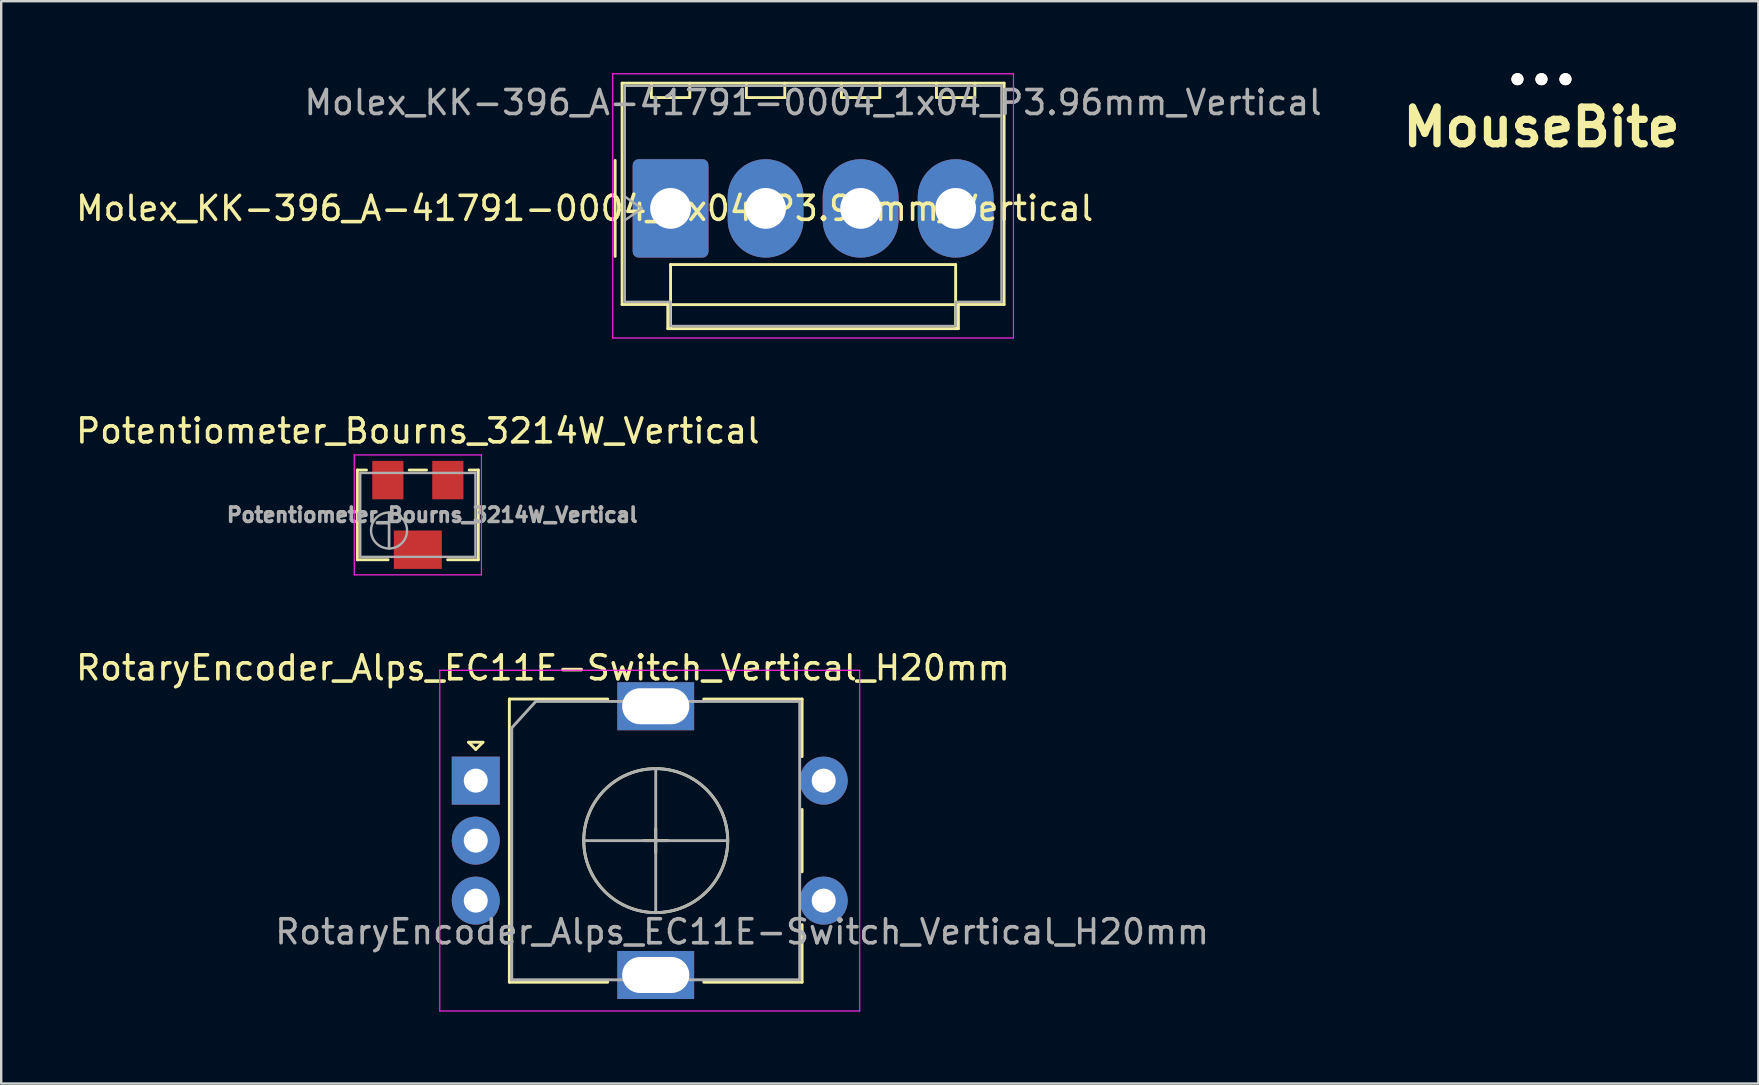
<source format=kicad_pcb>
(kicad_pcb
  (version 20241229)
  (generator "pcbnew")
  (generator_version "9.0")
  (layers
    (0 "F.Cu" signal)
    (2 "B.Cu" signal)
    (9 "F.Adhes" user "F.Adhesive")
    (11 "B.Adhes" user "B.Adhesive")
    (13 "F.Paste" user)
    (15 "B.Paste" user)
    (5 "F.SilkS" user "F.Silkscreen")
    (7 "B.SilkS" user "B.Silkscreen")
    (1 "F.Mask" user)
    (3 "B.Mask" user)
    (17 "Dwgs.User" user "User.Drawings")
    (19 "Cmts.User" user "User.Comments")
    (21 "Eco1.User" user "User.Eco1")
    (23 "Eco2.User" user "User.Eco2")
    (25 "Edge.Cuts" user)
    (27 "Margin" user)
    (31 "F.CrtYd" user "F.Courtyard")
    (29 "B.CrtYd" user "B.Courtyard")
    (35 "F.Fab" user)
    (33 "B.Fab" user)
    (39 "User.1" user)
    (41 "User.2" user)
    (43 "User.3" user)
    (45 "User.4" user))
  (footprint "MouseBite"
    (layer "F.Cu")
    (at 61.189 0.25)
    (property "Reference" "MouseBite" (at 0 2 0) (layer "F.SilkS") (effects (font (size 1.524 1.524) (thickness 0.305))))
    (attr through_hole)
    (pad "1" thru_hole circle (at -1 0) (size 0.5 0.5) (drill 0.5) (layers "*.Cu" "*.Mask" "F.SilkS"))
    (pad "2" thru_hole circle (at 0 0) (size 0.5 0.5) (drill 0.5) (layers "*.Cu" "*.Mask" "F.SilkS"))
    (pad "3" thru_hole circle (at 1 0) (size 0.5 0.5) (drill 0.5) (layers "*.Cu" "*.Mask" "F.SilkS")))
  (footprint "RotaryEncoder_Alps_EC11E-Switch_Vertical_H20mm"
    (layer "F.Cu")
    (at 24.277 31.982)
    (property "Reference" "RotaryEncoder_Alps_EC11E-Switch_Vertical_H20mm" (at -4.7 -7.2 0) (layer "F.SilkS") (effects (font (size 1 1) (thickness 0.15))))
    (attr through_hole)
    (fp_line (start -7.8 -4.1) (end -7.2 -4.1) (stroke (width 0.12) (type solid)) (layer "F.SilkS"))
    (fp_line (start -7.5 -3.8) (end -7.8 -4.1) (stroke (width 0.12) (type solid)) (layer "F.SilkS"))
    (fp_line (start -7.2 -4.1) (end -7.5 -3.8) (stroke (width 0.12) (type solid)) (layer "F.SilkS"))
    (fp_line (start -6.1 -5.9) (end -6.1 5.9) (stroke (width 0.12) (type solid)) (layer "F.SilkS"))
    (fp_line (start -2 -5.9) (end -6.1 -5.9) (stroke (width 0.12) (type solid)) (layer "F.SilkS"))
    (fp_line (start -2 5.9) (end -6.1 5.9) (stroke (width 0.12) (type solid)) (layer "F.SilkS"))
    (fp_line (start -0.5 0) (end 0.5 0) (stroke (width 0.12) (type solid)) (layer "F.SilkS"))
    (fp_line (start 0 -0.5) (end 0 0.5) (stroke (width 0.12) (type solid)) (layer "F.SilkS"))
    (fp_line (start 2 -5.9) (end 6.1 -5.9) (stroke (width 0.12) (type solid)) (layer "F.SilkS"))
    (fp_line (start 6.1 -5.9) (end 6.1 -3.5) (stroke (width 0.12) (type solid)) (layer "F.SilkS"))
    (fp_line (start 6.1 -1.3) (end 6.1 1.3) (stroke (width 0.12) (type solid)) (layer "F.SilkS"))
    (fp_line (start 6.1 3.5) (end 6.1 5.9) (stroke (width 0.12) (type solid)) (layer "F.SilkS"))
    (fp_line (start 6.1 5.9) (end 2 5.9) (stroke (width 0.12) (type solid)) (layer "F.SilkS"))
    (fp_circle (center 0 0) (end 3 0) (stroke (width 0.12) (type solid)) (fill no) (layer "F.SilkS"))
    (fp_line (start -9 -7.1) (end -9 7.1) (stroke (width 0.05) (type solid)) (layer "F.CrtYd"))
    (fp_line (start -9 -7.1) (end 8.5 -7.1) (stroke (width 0.05) (type solid)) (layer "F.CrtYd"))
    (fp_line (start 8.5 7.1) (end -9 7.1) (stroke (width 0.05) (type solid)) (layer "F.CrtYd"))
    (fp_line (start 8.5 7.1) (end 8.5 -7.1) (stroke (width 0.05) (type solid)) (layer "F.CrtYd"))
    (fp_line (start -6 -4.7) (end -5 -5.8) (stroke (width 0.12) (type solid)) (layer "F.Fab"))
    (fp_line (start -6 5.8) (end -6 -4.7) (stroke (width 0.12) (type solid)) (layer "F.Fab"))
    (fp_line (start -5 -5.8) (end 6 -5.8) (stroke (width 0.12) (type solid)) (layer "F.Fab"))
    (fp_line (start -3 0) (end 3 0) (stroke (width 0.12) (type solid)) (layer "F.Fab"))
    (fp_line (start 0 -3) (end 0 3) (stroke (width 0.12) (type solid)) (layer "F.Fab"))
    (fp_line (start 6 -5.8) (end 6 5.8) (stroke (width 0.12) (type solid)) (layer "F.Fab"))
    (fp_line (start 6 5.8) (end -6 5.8) (stroke (width 0.12) (type solid)) (layer "F.Fab"))
    (fp_circle (center 0 0) (end 3 0) (stroke (width 0.12) (type solid)) (fill no) (layer "F.Fab"))
    (fp_text user "${REFERENCE}" (at 3.6 3.8 0) (layer "F.Fab") (effects (font (size 1 1) (thickness 0.15))))
    (pad "A" thru_hole rect (at -7.5 -2.5) (size 2 2) (drill 1) (layers "*.Cu" "*.Mask"))
    (pad "B" thru_hole circle (at -7.5 2.5) (size 2 2) (drill 1) (layers "*.Cu" "*.Mask"))
    (pad "C" thru_hole circle (at -7.5 0) (size 2 2) (drill 1) (layers "*.Cu" "*.Mask"))
    (pad "MP" thru_hole rect (at 0 -5.6) (size 3.2 2) (drill oval 2.8 1.5) (layers "*.Cu" "*.Mask"))
    (pad "MP" thru_hole rect (at 0 5.6) (size 3.2 2) (drill oval 2.8 1.5) (layers "*.Cu" "*.Mask"))
    (pad "S1" thru_hole circle (at 7 2.5) (size 2 2) (drill 1) (layers "*.Cu" "*.Mask"))
    (pad "S2" thru_hole circle (at 7 -2.5) (size 2 2) (drill 1) (layers "*.Cu" "*.Mask")))
  (footprint "Potentiometer_Bourns_3214W_Vertical"
    (layer "F.Cu")
    (at 14.363 18.408)
    (property "Reference" "Potentiometer_Bourns_3214W_Vertical" (at 0 -3.5 0) (layer "F.SilkS") (effects (font (size 1 1) (thickness 0.15))))
    (attr smd)
    (fp_line (start -2.52 -1.87) (end -2.52 1.87) (stroke (width 0.12) (type solid)) (layer "F.SilkS"))
    (fp_line (start -2.52 -1.87) (end -2.14 -1.87) (stroke (width 0.12) (type solid)) (layer "F.SilkS"))
    (fp_line (start -2.52 1.87) (end -1.24 1.87) (stroke (width 0.12) (type solid)) (layer "F.SilkS"))
    (fp_line (start -0.36 -1.87) (end 0.36 -1.87) (stroke (width 0.12) (type solid)) (layer "F.SilkS"))
    (fp_line (start 1.24 1.87) (end 2.52 1.87) (stroke (width 0.12) (type solid)) (layer "F.SilkS"))
    (fp_line (start 2.14 -1.87) (end 2.52 -1.87) (stroke (width 0.12) (type solid)) (layer "F.SilkS"))
    (fp_line (start 2.52 -1.87) (end 2.52 1.87) (stroke (width 0.12) (type solid)) (layer "F.SilkS"))
    (fp_line (start -2.65 -2.5) (end -2.65 2.5) (stroke (width 0.05) (type solid)) (layer "F.CrtYd"))
    (fp_line (start -2.65 2.5) (end 2.65 2.5) (stroke (width 0.05) (type solid)) (layer "F.CrtYd"))
    (fp_line (start 2.65 -2.5) (end -2.65 -2.5) (stroke (width 0.05) (type solid)) (layer "F.CrtYd"))
    (fp_line (start 2.65 2.5) (end 2.65 -2.5) (stroke (width 0.05) (type solid)) (layer "F.CrtYd"))
    (fp_line (start -2.4 -1.75) (end -2.4 1.75) (stroke (width 0.1) (type solid)) (layer "F.Fab"))
    (fp_line (start -2.4 1.75) (end 2.4 1.75) (stroke (width 0.1) (type solid)) (layer "F.Fab"))
    (fp_line (start -1.2 1.393) (end -1.199 -0.092) (stroke (width 0.1) (type solid)) (layer "F.Fab"))
    (fp_line (start -1.2 1.393) (end -1.199 -0.092) (stroke (width 0.1) (type solid)) (layer "F.Fab"))
    (fp_line (start 2.4 -1.75) (end -2.4 -1.75) (stroke (width 0.1) (type solid)) (layer "F.Fab"))
    (fp_line (start 2.4 1.75) (end 2.4 -1.75) (stroke (width 0.1) (type solid)) (layer "F.Fab"))
    (fp_circle (center -1.2 0.65) (end -0.45 0.65) (stroke (width 0.1) (type solid)) (fill no) (layer "F.Fab"))
    (fp_text user "${REFERENCE}" (at 0.6 0 0) (layer "F.Fab") (effects (font (size 0.6 0.6) (thickness 0.15))))
    (pad "1" smd rect (at 1.25 -1.45) (size 1.3 1.6) (layers "F.Cu" "F.Mask" "F.Paste"))
    (pad "2" smd rect (at 0 1.45) (size 2 1.6) (layers "F.Cu" "F.Mask" "F.Paste"))
    (pad "3" smd rect (at -1.25 -1.45) (size 1.3 1.6) (layers "F.Cu" "F.Mask" "F.Paste")))
  (footprint "Molex_KK-396_A-41791-0004_1x04_P3.96mm_Vertical"
    (layer "F.Cu")
    (at 24.895 5.635)
    (property "Reference" "Molex_KK-396_A-41791-0004_1x04_P3.96mm_Vertical" (at -3.58 0 0) (layer "F.SilkS") (effects (font (size 1 1) (thickness 0.15))))
    (attr through_hole)
    (fp_line (start -2.31 -2) (end -2.31 2) (stroke (width 0.12) (type solid)) (layer "F.SilkS"))
    (fp_line (start -2.02 -5.22) (end 13.9 -5.22) (stroke (width 0.12) (type solid)) (layer "F.SilkS"))
    (fp_line (start -2.02 4.005) (end -2.02 -5.22) (stroke (width 0.12) (type solid)) (layer "F.SilkS"))
    (fp_line (start -0.8 -5.22) (end -0.8 -4.62) (stroke (width 0.12) (type solid)) (layer "F.SilkS"))
    (fp_line (start -0.8 -4.62) (end 0.8 -4.62) (stroke (width 0.12) (type solid)) (layer "F.SilkS"))
    (fp_line (start -0.115 4.005) (end -2.02 4.005) (stroke (width 0.12) (type solid)) (layer "F.SilkS"))
    (fp_line (start -0.115 5.01) (end -0.115 4.005) (stroke (width 0.12) (type solid)) (layer "F.SilkS"))
    (fp_line (start 0 2.34) (end 11.88 2.34) (stroke (width 0.12) (type solid)) (layer "F.SilkS"))
    (fp_line (start 0 4.01) (end 0 2.34) (stroke (width 0.12) (type solid)) (layer "F.SilkS"))
    (fp_line (start 0 4.01) (end 11.88 4.01) (stroke (width 0.12) (type solid)) (layer "F.SilkS"))
    (fp_line (start 0 5.01) (end 0 4.01) (stroke (width 0.12) (type solid)) (layer "F.SilkS"))
    (fp_line (start 0.8 -4.62) (end 0.8 -5.22) (stroke (width 0.12) (type solid)) (layer "F.SilkS"))
    (fp_line (start 3.16 -5.22) (end 3.16 -4.62) (stroke (width 0.12) (type solid)) (layer "F.SilkS"))
    (fp_line (start 3.16 -4.62) (end 4.76 -4.62) (stroke (width 0.12) (type solid)) (layer "F.SilkS"))
    (fp_line (start 4.76 -4.62) (end 4.76 -5.22) (stroke (width 0.12) (type solid)) (layer "F.SilkS"))
    (fp_line (start 7.12 -5.22) (end 7.12 -4.62) (stroke (width 0.12) (type solid)) (layer "F.SilkS"))
    (fp_line (start 7.12 -4.62) (end 8.72 -4.62) (stroke (width 0.12) (type solid)) (layer "F.SilkS"))
    (fp_line (start 8.72 -4.62) (end 8.72 -5.22) (stroke (width 0.12) (type solid)) (layer "F.SilkS"))
    (fp_line (start 11.08 -5.22) (end 11.08 -4.62) (stroke (width 0.12) (type solid)) (layer "F.SilkS"))
    (fp_line (start 11.08 -4.62) (end 12.68 -4.62) (stroke (width 0.12) (type solid)) (layer "F.SilkS"))
    (fp_line (start 11.88 2.34) (end 11.88 4.01) (stroke (width 0.12) (type solid)) (layer "F.SilkS"))
    (fp_line (start 11.88 4.01) (end 11.88 5.01) (stroke (width 0.12) (type solid)) (layer "F.SilkS"))
    (fp_line (start 11.995 4.005) (end 11.995 5.01) (stroke (width 0.12) (type solid)) (layer "F.SilkS"))
    (fp_line (start 11.995 5.01) (end -0.115 5.01) (stroke (width 0.12) (type solid)) (layer "F.SilkS"))
    (fp_line (start 12.68 -4.62) (end 12.68 -5.22) (stroke (width 0.12) (type solid)) (layer "F.SilkS"))
    (fp_line (start 13.9 -5.22) (end 13.9 4.005) (stroke (width 0.12) (type solid)) (layer "F.SilkS"))
    (fp_line (start 13.9 4.005) (end 11.995 4.005) (stroke (width 0.12) (type solid)) (layer "F.SilkS"))
    (fp_line (start -2.41 -5.61) (end -2.41 5.4) (stroke (width 0.05) (type solid)) (layer "F.CrtYd"))
    (fp_line (start -2.41 5.4) (end 14.29 5.4) (stroke (width 0.05) (type solid)) (layer "F.CrtYd"))
    (fp_line (start 14.29 -5.61) (end -2.41 -5.61) (stroke (width 0.05) (type solid)) (layer "F.CrtYd"))
    (fp_line (start 14.29 5.4) (end 14.29 -5.61) (stroke (width 0.05) (type solid)) (layer "F.CrtYd"))
    (fp_line (start -1.91 -5.11) (end 13.79 -5.11) (stroke (width 0.1) (type solid)) (layer "F.Fab"))
    (fp_line (start -1.91 -0.5) (end -1.203 0) (stroke (width 0.1) (type solid)) (layer "F.Fab"))
    (fp_line (start -1.91 3.895) (end -1.91 -5.11) (stroke (width 0.1) (type solid)) (layer "F.Fab"))
    (fp_line (start -1.203 0) (end -1.91 0.5) (stroke (width 0.1) (type solid)) (layer "F.Fab"))
    (fp_line (start -0.005 3.895) (end -1.91 3.895) (stroke (width 0.1) (type solid)) (layer "F.Fab"))
    (fp_line (start -0.005 4.9) (end -0.005 3.895) (stroke (width 0.1) (type solid)) (layer "F.Fab"))
    (fp_line (start 11.885 3.895) (end 11.885 4.9) (stroke (width 0.1) (type solid)) (layer "F.Fab"))
    (fp_line (start 11.885 4.9) (end -0.005 4.9) (stroke (width 0.1) (type solid)) (layer "F.Fab"))
    (fp_line (start 13.79 -5.11) (end 13.79 3.895) (stroke (width 0.1) (type solid)) (layer "F.Fab"))
    (fp_line (start 13.79 3.895) (end 11.885 3.895) (stroke (width 0.1) (type solid)) (layer "F.Fab"))
    (fp_text user "${REFERENCE}" (at 5.94 -4.41 0) (layer "F.Fab") (effects (font (size 1 1) (thickness 0.15))))
    (pad "1" thru_hole roundrect (at 0 0) (size 3.16 4.1) (drill 1.7) (layers "*.Cu" "*.Mask") (roundrect_rratio 0.079))
    (pad "2" thru_hole oval (at 3.96 0) (size 3.16 4.1) (drill 1.7) (layers "*.Cu" "*.Mask"))
    (pad "3" thru_hole oval (at 7.92 0) (size 3.16 4.1) (drill 1.7) (layers "*.Cu" "*.Mask"))
    (pad "4" thru_hole oval (at 11.88 0) (size 3.16 4.1) (drill 1.7) (layers "*.Cu" "*.Mask")))
  (gr_rect
    (start -3 -3)
    (end 70.227 42.106)
    (stroke (width 0.1) (type default))
    (fill no)
    (layer "Edge.Cuts")))
</source>
